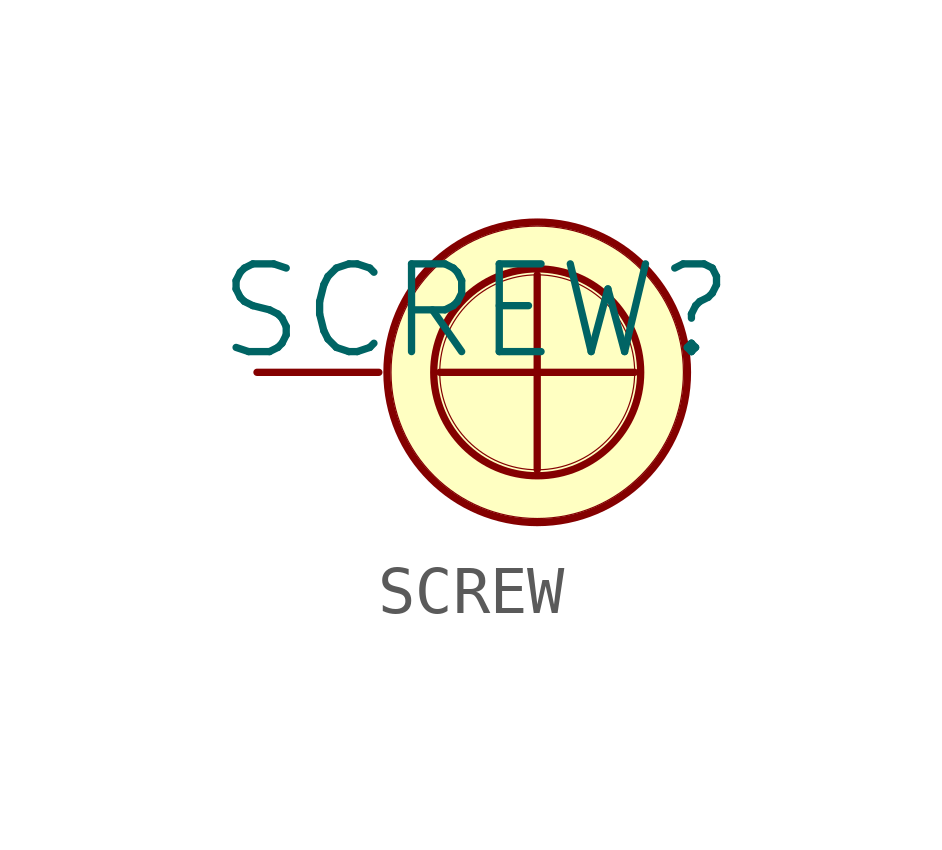
<source format=kicad_sym>
(kicad_symbol_lib
  (version 20241209)
  (generator "kicad_symbol_editor")
  (generator_version "9.0")
  (symbol "SCREW"
    (pin_numbers
      (hide yes))
    (pin_names
      (hide yes))
    (property "Reference" "SCREW"
      (at -1.27 1.27 0)
      (effects (font (size 1.829 1.829))))
    (symbol "SCREW_1_0"
      (polyline (pts (xy -2.032 0) (xy 2.032 0)) (stroke (width 0) (type solid)) (fill (type none)))
      (polyline (pts (xy 0 2.032) (xy 0 -2.032)) (stroke (width 0) (type solid)) (fill (type none)))
      (circle (center 0 0) (radius 2.032) (stroke (width 0.025) (type solid)) (fill (type background)))
      (circle (center 0 0) (radius 2.157) (stroke (width 0) (type solid)) (fill (type none)))
      (circle (center 0 0) (radius 3.048) (stroke (width 0.025) (type solid)) (fill (type background)))
      (circle (center 0 0) (radius 3.132) (stroke (width 0) (type solid)) (fill (type none)))
      (pin passive line (at -5.842 0 0) (length 2.54) (name "P" (effects (font (size 1.27 1.27)))) (number "1" (effects (font (size 1.27 1.27))))))))
</source>
